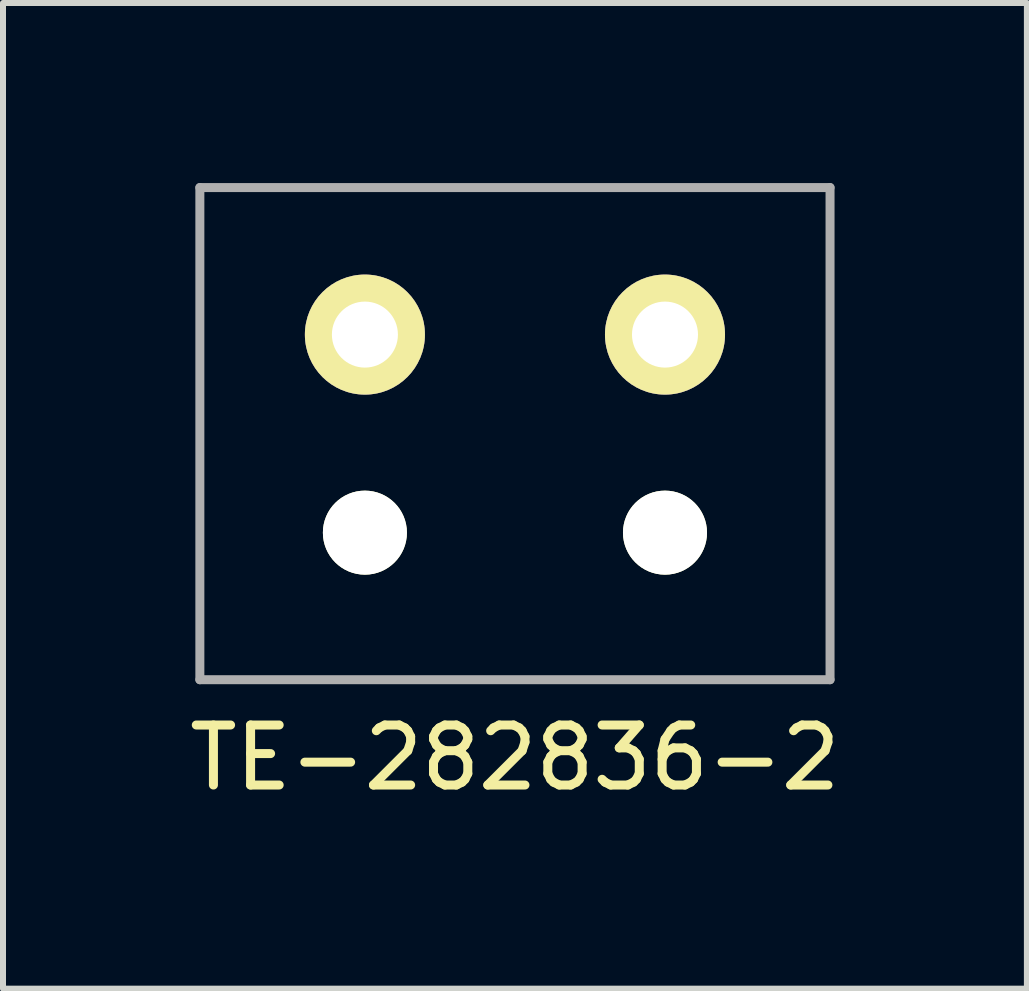
<source format=kicad_pcb>
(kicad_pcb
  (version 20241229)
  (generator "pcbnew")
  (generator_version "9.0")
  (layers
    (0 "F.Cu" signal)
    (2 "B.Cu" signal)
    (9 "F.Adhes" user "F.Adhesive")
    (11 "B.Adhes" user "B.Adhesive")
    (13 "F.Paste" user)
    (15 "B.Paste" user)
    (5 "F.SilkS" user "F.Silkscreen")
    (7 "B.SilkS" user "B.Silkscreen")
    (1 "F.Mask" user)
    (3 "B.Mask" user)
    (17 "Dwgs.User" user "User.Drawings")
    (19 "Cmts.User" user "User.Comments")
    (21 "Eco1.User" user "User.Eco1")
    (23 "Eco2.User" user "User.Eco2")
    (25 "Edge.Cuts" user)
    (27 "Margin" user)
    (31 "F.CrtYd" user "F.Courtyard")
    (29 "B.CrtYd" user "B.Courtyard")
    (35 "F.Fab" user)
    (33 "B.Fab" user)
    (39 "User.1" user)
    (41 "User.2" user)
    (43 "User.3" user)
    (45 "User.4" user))
  (footprint "TE-282836-2"
    (layer "F.Cu")
    (at 5.53 4.175)
    (property "Reference" "TE-282836-2" (at 0 5.4 0) (layer "F.SilkS") (effects (font (size 1 1) (thickness 0.15))))
    (attr through_hole)
    (fp_line (start -5.25 -4.1) (end 5.25 -4.1) (stroke (width 0.15) (type solid)) (layer "F.Fab"))
    (fp_line (start -5.25 4.1) (end -5.25 -4.1) (stroke (width 0.15) (type solid)) (layer "F.Fab"))
    (fp_line (start 5.25 -4.1) (end 5.25 4.1) (stroke (width 0.15) (type solid)) (layer "F.Fab"))
    (fp_line (start 5.25 4.1) (end -5.25 4.1) (stroke (width 0.15) (type solid)) (layer "F.Fab"))
    (pad "" np_thru_hole circle (at -2.5 1.65) (size 1.4 1.4) (drill 1.4) (layers "*.Cu" "*.Mask" "F.SilkS"))
    (pad "" np_thru_hole circle (at 2.5 1.65) (size 1.4 1.4) (drill 1.4) (layers "*.Cu" "*.Mask" "F.SilkS"))
    (pad "1" thru_hole circle (at -2.5 -1.65) (size 2 2) (drill 1.1) (layers "*.Cu" "*.Mask" "F.SilkS"))
    (pad "2" thru_hole circle (at 2.5 -1.65) (size 2 2) (drill 1.1) (layers "*.Cu" "*.Mask" "F.SilkS")))
  (gr_rect
    (start -3 -3)
    (end 14.06 13.423)
    (stroke (width 0.1) (type default))
    (fill no)
    (layer "Edge.Cuts")))
</source>
